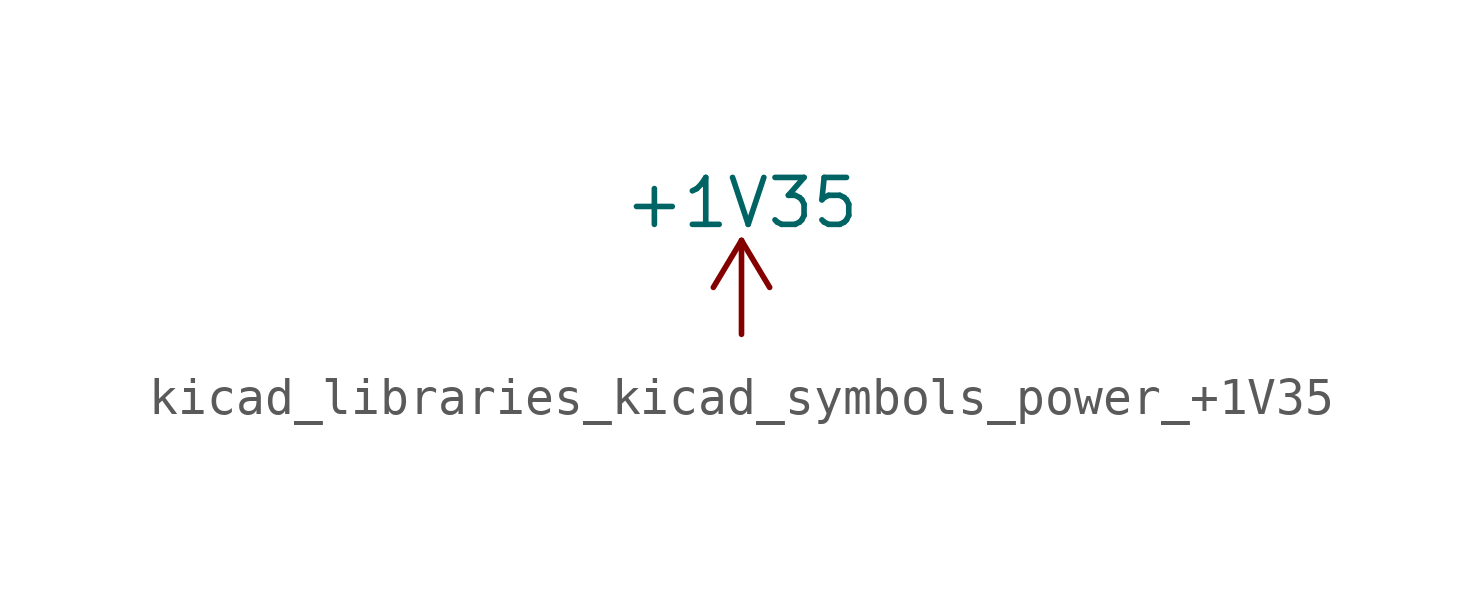
<source format=kicad_sym>
(kicad_symbol_lib
  (version 20220914)
  (generator kicad_symbol_editor)
  (symbol "kicad_libraries_kicad_symbols_power_+1V35"
    (power)
    (pin_names
      (offset 0))
    (property "Reference" "#PWR"
      (at 0 -3.81 0)
      (effects (font (size 1.27 1.27)) hide))
    (property "Value" "+1V35"
      (at 0 3.556 0)
      (effects (font (size 1.27 1.27))))
    (symbol "kicad_libraries_kicad_symbols_power_+1V35_0_1"
      (polyline (pts (xy -0.762 1.27) (xy 0 2.54)) (stroke (width 0) (type default)) (fill (type none)))
      (polyline (pts (xy 0 0) (xy 0 2.54)) (stroke (width 0) (type default)) (fill (type none)))
      (polyline (pts (xy 0 2.54) (xy 0.762 1.27)) (stroke (width 0) (type default)) (fill (type none))))
    (symbol "kicad_libraries_kicad_symbols_power_+1V35_1_1"
      (pin power_in line (at 0 0 90) (length 0) hide (name "+1V35" (effects (font (size 1.27 1.27)))) (number "1" (effects (font (size 1.27 1.27))))))))
</source>
